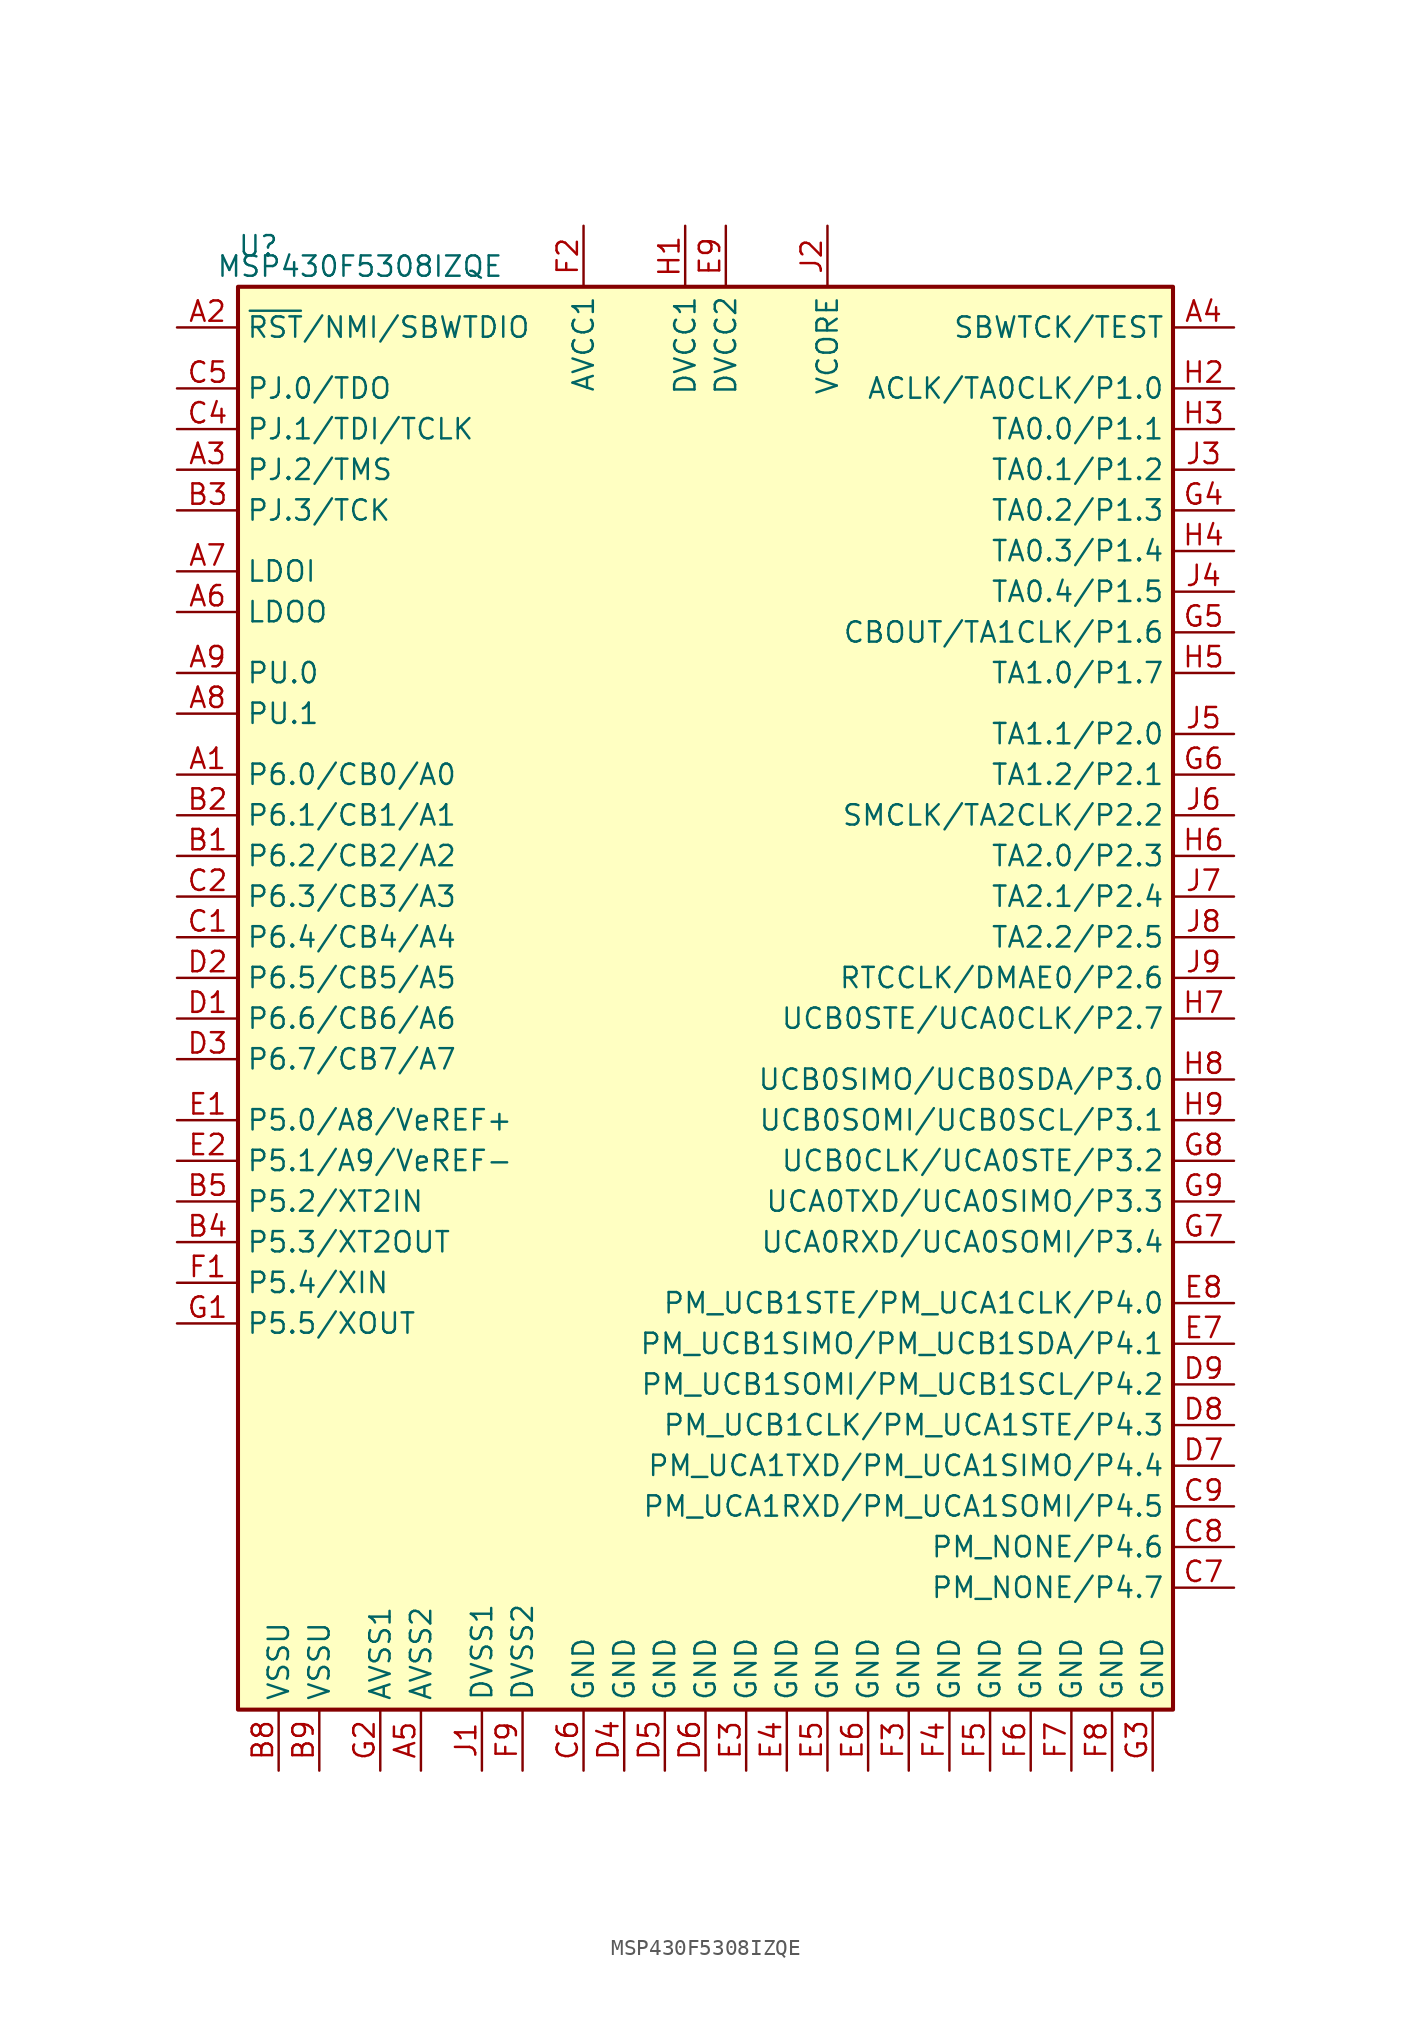
<source format=kicad_sym>
(kicad_symbol_lib
  (version 20211014)
  (generator kicad_symbol_editor)
  (symbol "MSP430F5308IZQE"
    (property "Reference" "U"
      (at -27.94 46.99 0)
      (effects (font (size 1.27 1.27))))
    (property "Value" "MSP430F5308IZQE"
      (at -21.59 45.72 0)
      (effects (font (size 1.27 1.27))))
    (symbol "MSP430F5308IZQE_0_1"
      (rectangle (start -29.21 44.45) (end 29.21 -44.45) (stroke (width 0.254) (type default) (color 0 0 0 0)) (fill (type background))))
    (symbol "MSP430F5308IZQE_1_1"
      (pin bidirectional line (at -33.02 13.97 0) (length 3.81) (name "P6.0/CB0/A0" (effects (font (size 1.27 1.27)))) (number "A1" (effects (font (size 1.27 1.27)))))
      (pin input line (at -33.02 41.91 0) (length 3.81) (name "~{RST}/NMI/SBWTDIO" (effects (font (size 1.27 1.27)))) (number "A2" (effects (font (size 1.27 1.27)))))
      (pin bidirectional line (at -33.02 33.02 0) (length 3.81) (name "PJ.2/TMS" (effects (font (size 1.27 1.27)))) (number "A3" (effects (font (size 1.27 1.27)))))
      (pin input line (at 33.02 41.91 180) (length 3.81) (name "SBWTCK/TEST" (effects (font (size 1.27 1.27)))) (number "A4" (effects (font (size 1.27 1.27)))))
      (pin power_in line (at -17.78 -48.26 90) (length 3.81) (name "AVSS2" (effects (font (size 1.27 1.27)))) (number "A5" (effects (font (size 1.27 1.27)))))
      (pin power_out line (at -33.02 24.13 0) (length 3.81) (name "LDOO" (effects (font (size 1.27 1.27)))) (number "A6" (effects (font (size 1.27 1.27)))))
      (pin power_in line (at -33.02 26.67 0) (length 3.81) (name "LDOI" (effects (font (size 1.27 1.27)))) (number "A7" (effects (font (size 1.27 1.27)))))
      (pin bidirectional line (at -33.02 17.78 0) (length 3.81) (name "PU.1" (effects (font (size 1.27 1.27)))) (number "A8" (effects (font (size 1.27 1.27)))))
      (pin bidirectional line (at -33.02 20.32 0) (length 3.81) (name "PU.0" (effects (font (size 1.27 1.27)))) (number "A9" (effects (font (size 1.27 1.27)))))
      (pin bidirectional line (at -33.02 8.89 0) (length 3.81) (name "P6.2/CB2/A2" (effects (font (size 1.27 1.27)))) (number "B1" (effects (font (size 1.27 1.27)))))
      (pin bidirectional line (at -33.02 11.43 0) (length 3.81) (name "P6.1/CB1/A1" (effects (font (size 1.27 1.27)))) (number "B2" (effects (font (size 1.27 1.27)))))
      (pin bidirectional line (at -33.02 30.48 0) (length 3.81) (name "PJ.3/TCK" (effects (font (size 1.27 1.27)))) (number "B3" (effects (font (size 1.27 1.27)))))
      (pin bidirectional line (at -33.02 -15.24 0) (length 3.81) (name "P5.3/XT2OUT" (effects (font (size 1.27 1.27)))) (number "B4" (effects (font (size 1.27 1.27)))))
      (pin bidirectional line (at -33.02 -12.7 0) (length 3.81) (name "P5.2/XT2IN" (effects (font (size 1.27 1.27)))) (number "B5" (effects (font (size 1.27 1.27)))))
      (pin power_in line (at -26.67 -48.26 90) (length 3.81) (name "VSSU" (effects (font (size 1.27 1.27)))) (number "B8" (effects (font (size 1.27 1.27)))))
      (pin power_in line (at -24.13 -48.26 90) (length 3.81) (name "VSSU" (effects (font (size 1.27 1.27)))) (number "B9" (effects (font (size 1.27 1.27)))))
      (pin bidirectional line (at -33.02 3.81 0) (length 3.81) (name "P6.4/CB4/A4" (effects (font (size 1.27 1.27)))) (number "C1" (effects (font (size 1.27 1.27)))))
      (pin bidirectional line (at -33.02 6.35 0) (length 3.81) (name "P6.3/CB3/A3" (effects (font (size 1.27 1.27)))) (number "C2" (effects (font (size 1.27 1.27)))))
      (pin bidirectional line (at -33.02 35.56 0) (length 3.81) (name "PJ.1/TDI/TCLK" (effects (font (size 1.27 1.27)))) (number "C4" (effects (font (size 1.27 1.27)))))
      (pin bidirectional line (at -33.02 38.1 0) (length 3.81) (name "PJ.0/TDO" (effects (font (size 1.27 1.27)))) (number "C5" (effects (font (size 1.27 1.27)))))
      (pin power_in line (at -7.62 -48.26 90) (length 3.81) (name "GND" (effects (font (size 1.27 1.27)))) (number "C6" (effects (font (size 1.27 1.27)))))
      (pin bidirectional line (at 33.02 -36.83 180) (length 3.81) (name "PM_NONE/P4.7" (effects (font (size 1.27 1.27)))) (number "C7" (effects (font (size 1.27 1.27)))))
      (pin bidirectional line (at 33.02 -34.29 180) (length 3.81) (name "PM_NONE/P4.6" (effects (font (size 1.27 1.27)))) (number "C8" (effects (font (size 1.27 1.27)))))
      (pin bidirectional line (at 33.02 -31.75 180) (length 3.81) (name "PM_UCA1RXD/PM_UCA1SOMI/P4.5" (effects (font (size 1.27 1.27)))) (number "C9" (effects (font (size 1.27 1.27)))))
      (pin bidirectional line (at -33.02 -1.27 0) (length 3.81) (name "P6.6/CB6/A6" (effects (font (size 1.27 1.27)))) (number "D1" (effects (font (size 1.27 1.27)))))
      (pin bidirectional line (at -33.02 1.27 0) (length 3.81) (name "P6.5/CB5/A5" (effects (font (size 1.27 1.27)))) (number "D2" (effects (font (size 1.27 1.27)))))
      (pin bidirectional line (at -33.02 -3.81 0) (length 3.81) (name "P6.7/CB7/A7" (effects (font (size 1.27 1.27)))) (number "D3" (effects (font (size 1.27 1.27)))))
      (pin power_in line (at -5.08 -48.26 90) (length 3.81) (name "GND" (effects (font (size 1.27 1.27)))) (number "D4" (effects (font (size 1.27 1.27)))))
      (pin power_in line (at -2.54 -48.26 90) (length 3.81) (name "GND" (effects (font (size 1.27 1.27)))) (number "D5" (effects (font (size 1.27 1.27)))))
      (pin power_in line (at 0 -48.26 90) (length 3.81) (name "GND" (effects (font (size 1.27 1.27)))) (number "D6" (effects (font (size 1.27 1.27)))))
      (pin bidirectional line (at 33.02 -29.21 180) (length 3.81) (name "PM_UCA1TXD/PM_UCA1SIMO/P4.4" (effects (font (size 1.27 1.27)))) (number "D7" (effects (font (size 1.27 1.27)))))
      (pin bidirectional line (at 33.02 -26.67 180) (length 3.81) (name "PM_UCB1CLK/PM_UCA1STE/P4.3" (effects (font (size 1.27 1.27)))) (number "D8" (effects (font (size 1.27 1.27)))))
      (pin bidirectional line (at 33.02 -24.13 180) (length 3.81) (name "PM_UCB1SOMI/PM_UCB1SCL/P4.2" (effects (font (size 1.27 1.27)))) (number "D9" (effects (font (size 1.27 1.27)))))
      (pin bidirectional line (at -33.02 -7.62 0) (length 3.81) (name "P5.0/A8/VeREF+" (effects (font (size 1.27 1.27)))) (number "E1" (effects (font (size 1.27 1.27)))))
      (pin bidirectional line (at -33.02 -10.16 0) (length 3.81) (name "P5.1/A9/VeREF-" (effects (font (size 1.27 1.27)))) (number "E2" (effects (font (size 1.27 1.27)))))
      (pin power_in line (at 2.54 -48.26 90) (length 3.81) (name "GND" (effects (font (size 1.27 1.27)))) (number "E3" (effects (font (size 1.27 1.27)))))
      (pin power_in line (at 5.08 -48.26 90) (length 3.81) (name "GND" (effects (font (size 1.27 1.27)))) (number "E4" (effects (font (size 1.27 1.27)))))
      (pin power_in line (at 7.62 -48.26 90) (length 3.81) (name "GND" (effects (font (size 1.27 1.27)))) (number "E5" (effects (font (size 1.27 1.27)))))
      (pin power_in line (at 10.16 -48.26 90) (length 3.81) (name "GND" (effects (font (size 1.27 1.27)))) (number "E6" (effects (font (size 1.27 1.27)))))
      (pin bidirectional line (at 33.02 -21.59 180) (length 3.81) (name "PM_UCB1SIMO/PM_UCB1SDA/P4.1" (effects (font (size 1.27 1.27)))) (number "E7" (effects (font (size 1.27 1.27)))))
      (pin bidirectional line (at 33.02 -19.05 180) (length 3.81) (name "PM_UCB1STE/PM_UCA1CLK/P4.0" (effects (font (size 1.27 1.27)))) (number "E8" (effects (font (size 1.27 1.27)))))
      (pin power_in line (at 1.27 48.26 270) (length 3.81) (name "DVCC2" (effects (font (size 1.27 1.27)))) (number "E9" (effects (font (size 1.27 1.27)))))
      (pin bidirectional line (at -33.02 -17.78 0) (length 3.81) (name "P5.4/XIN" (effects (font (size 1.27 1.27)))) (number "F1" (effects (font (size 1.27 1.27)))))
      (pin power_in line (at -7.62 48.26 270) (length 3.81) (name "AVCC1" (effects (font (size 1.27 1.27)))) (number "F2" (effects (font (size 1.27 1.27)))))
      (pin power_in line (at 12.7 -48.26 90) (length 3.81) (name "GND" (effects (font (size 1.27 1.27)))) (number "F3" (effects (font (size 1.27 1.27)))))
      (pin power_in line (at 15.24 -48.26 90) (length 3.81) (name "GND" (effects (font (size 1.27 1.27)))) (number "F4" (effects (font (size 1.27 1.27)))))
      (pin power_in line (at 17.78 -48.26 90) (length 3.81) (name "GND" (effects (font (size 1.27 1.27)))) (number "F5" (effects (font (size 1.27 1.27)))))
      (pin power_in line (at 20.32 -48.26 90) (length 3.81) (name "GND" (effects (font (size 1.27 1.27)))) (number "F6" (effects (font (size 1.27 1.27)))))
      (pin power_in line (at 22.86 -48.26 90) (length 3.81) (name "GND" (effects (font (size 1.27 1.27)))) (number "F7" (effects (font (size 1.27 1.27)))))
      (pin power_in line (at 25.4 -48.26 90) (length 3.81) (name "GND" (effects (font (size 1.27 1.27)))) (number "F8" (effects (font (size 1.27 1.27)))))
      (pin power_in line (at -11.43 -48.26 90) (length 3.81) (name "DVSS2" (effects (font (size 1.27 1.27)))) (number "F9" (effects (font (size 1.27 1.27)))))
      (pin bidirectional line (at -33.02 -20.32 0) (length 3.81) (name "P5.5/XOUT" (effects (font (size 1.27 1.27)))) (number "G1" (effects (font (size 1.27 1.27)))))
      (pin power_in line (at -20.32 -48.26 90) (length 3.81) (name "AVSS1" (effects (font (size 1.27 1.27)))) (number "G2" (effects (font (size 1.27 1.27)))))
      (pin power_in line (at 27.94 -48.26 90) (length 3.81) (name "GND" (effects (font (size 1.27 1.27)))) (number "G3" (effects (font (size 1.27 1.27)))))
      (pin bidirectional line (at 33.02 30.48 180) (length 3.81) (name "TA0.2/P1.3" (effects (font (size 1.27 1.27)))) (number "G4" (effects (font (size 1.27 1.27)))))
      (pin bidirectional line (at 33.02 22.86 180) (length 3.81) (name "CBOUT/TA1CLK/P1.6" (effects (font (size 1.27 1.27)))) (number "G5" (effects (font (size 1.27 1.27)))))
      (pin bidirectional line (at 33.02 13.97 180) (length 3.81) (name "TA1.2/P2.1" (effects (font (size 1.27 1.27)))) (number "G6" (effects (font (size 1.27 1.27)))))
      (pin bidirectional line (at 33.02 -15.24 180) (length 3.81) (name "UCA0RXD/UCA0SOMI/P3.4" (effects (font (size 1.27 1.27)))) (number "G7" (effects (font (size 1.27 1.27)))))
      (pin bidirectional line (at 33.02 -10.16 180) (length 3.81) (name "UCB0CLK/UCA0STE/P3.2" (effects (font (size 1.27 1.27)))) (number "G8" (effects (font (size 1.27 1.27)))))
      (pin bidirectional line (at 33.02 -12.7 180) (length 3.81) (name "UCA0TXD/UCA0SIMO/P3.3" (effects (font (size 1.27 1.27)))) (number "G9" (effects (font (size 1.27 1.27)))))
      (pin power_in line (at -1.27 48.26 270) (length 3.81) (name "DVCC1" (effects (font (size 1.27 1.27)))) (number "H1" (effects (font (size 1.27 1.27)))))
      (pin bidirectional line (at 33.02 38.1 180) (length 3.81) (name "ACLK/TA0CLK/P1.0" (effects (font (size 1.27 1.27)))) (number "H2" (effects (font (size 1.27 1.27)))))
      (pin bidirectional line (at 33.02 35.56 180) (length 3.81) (name "TA0.0/P1.1" (effects (font (size 1.27 1.27)))) (number "H3" (effects (font (size 1.27 1.27)))))
      (pin bidirectional line (at 33.02 27.94 180) (length 3.81) (name "TA0.3/P1.4" (effects (font (size 1.27 1.27)))) (number "H4" (effects (font (size 1.27 1.27)))))
      (pin bidirectional line (at 33.02 20.32 180) (length 3.81) (name "TA1.0/P1.7" (effects (font (size 1.27 1.27)))) (number "H5" (effects (font (size 1.27 1.27)))))
      (pin bidirectional line (at 33.02 8.89 180) (length 3.81) (name "TA2.0/P2.3" (effects (font (size 1.27 1.27)))) (number "H6" (effects (font (size 1.27 1.27)))))
      (pin bidirectional line (at 33.02 -1.27 180) (length 3.81) (name "UCB0STE/UCA0CLK/P2.7" (effects (font (size 1.27 1.27)))) (number "H7" (effects (font (size 1.27 1.27)))))
      (pin bidirectional line (at 33.02 -5.08 180) (length 3.81) (name "UCB0SIMO/UCB0SDA/P3.0" (effects (font (size 1.27 1.27)))) (number "H8" (effects (font (size 1.27 1.27)))))
      (pin bidirectional line (at 33.02 -7.62 180) (length 3.81) (name "UCB0SOMI/UCB0SCL/P3.1" (effects (font (size 1.27 1.27)))) (number "H9" (effects (font (size 1.27 1.27)))))
      (pin power_in line (at -13.97 -48.26 90) (length 3.81) (name "DVSS1" (effects (font (size 1.27 1.27)))) (number "J1" (effects (font (size 1.27 1.27)))))
      (pin bidirectional line (at 7.62 48.26 270) (length 3.81) (name "VCORE" (effects (font (size 1.27 1.27)))) (number "J2" (effects (font (size 1.27 1.27)))))
      (pin bidirectional line (at 33.02 33.02 180) (length 3.81) (name "TA0.1/P1.2" (effects (font (size 1.27 1.27)))) (number "J3" (effects (font (size 1.27 1.27)))))
      (pin bidirectional line (at 33.02 25.4 180) (length 3.81) (name "TA0.4/P1.5" (effects (font (size 1.27 1.27)))) (number "J4" (effects (font (size 1.27 1.27)))))
      (pin bidirectional line (at 33.02 16.51 180) (length 3.81) (name "TA1.1/P2.0" (effects (font (size 1.27 1.27)))) (number "J5" (effects (font (size 1.27 1.27)))))
      (pin bidirectional line (at 33.02 11.43 180) (length 3.81) (name "SMCLK/TA2CLK/P2.2" (effects (font (size 1.27 1.27)))) (number "J6" (effects (font (size 1.27 1.27)))))
      (pin bidirectional line (at 33.02 6.35 180) (length 3.81) (name "TA2.1/P2.4" (effects (font (size 1.27 1.27)))) (number "J7" (effects (font (size 1.27 1.27)))))
      (pin bidirectional line (at 33.02 3.81 180) (length 3.81) (name "TA2.2/P2.5" (effects (font (size 1.27 1.27)))) (number "J8" (effects (font (size 1.27 1.27)))))
      (pin bidirectional line (at 33.02 1.27 180) (length 3.81) (name "RTCCLK/DMAE0/P2.6" (effects (font (size 1.27 1.27)))) (number "J9" (effects (font (size 1.27 1.27))))))))
</source>
